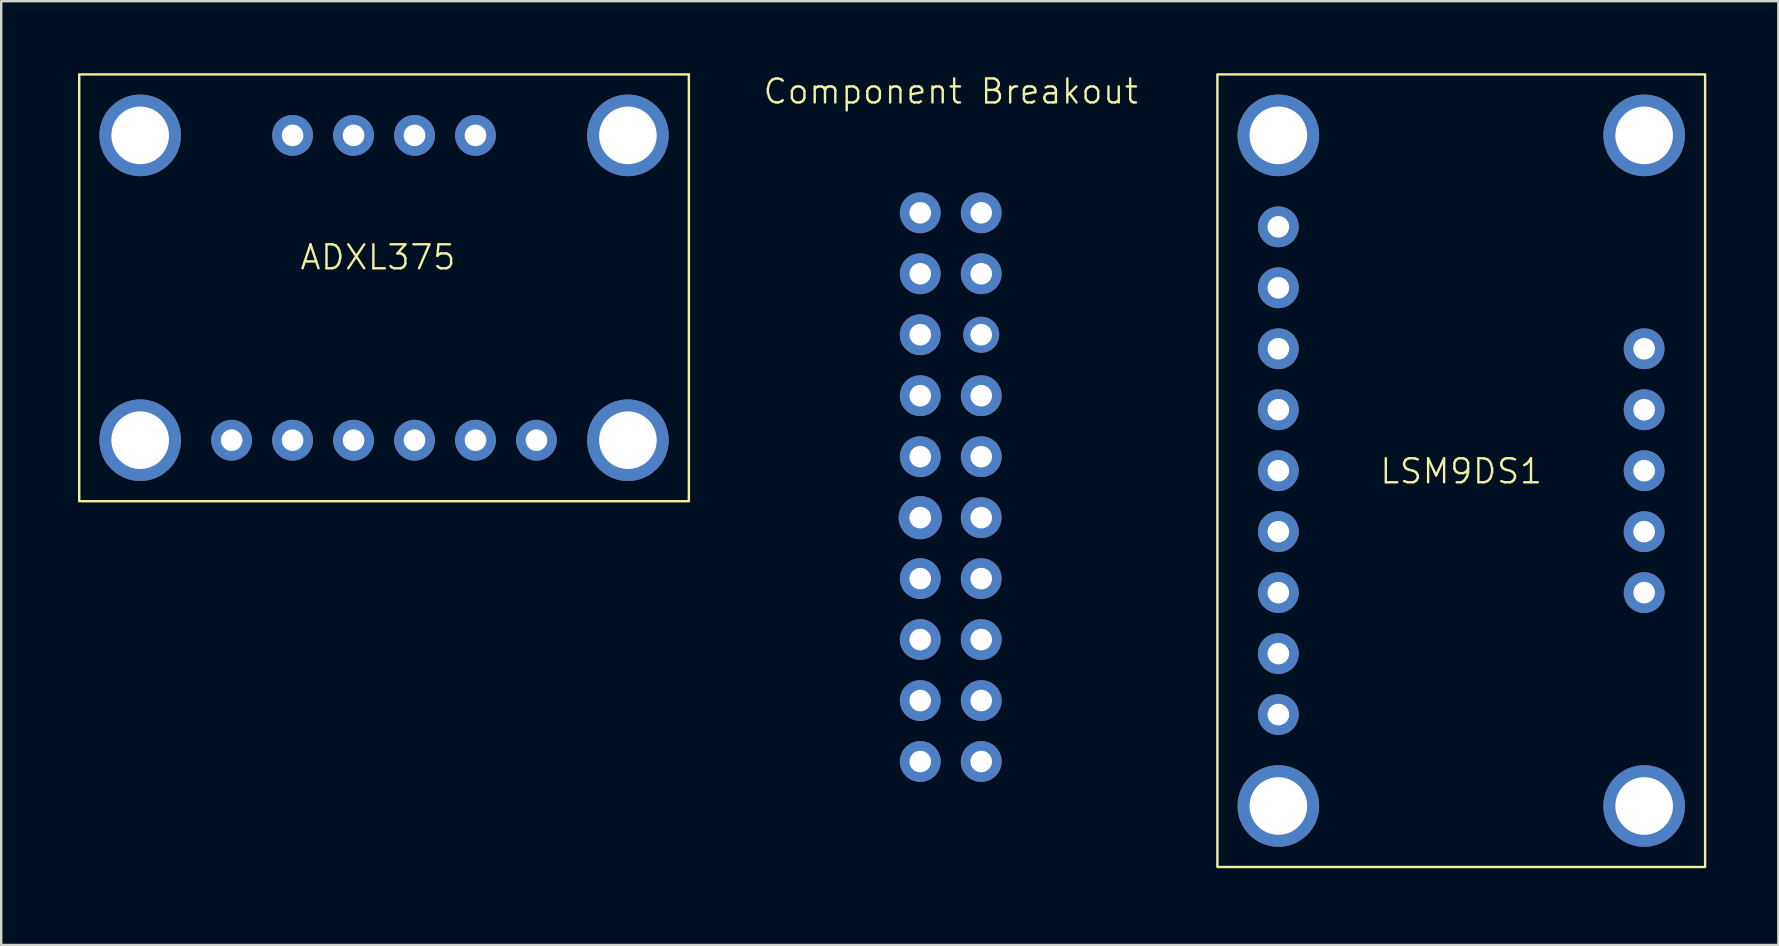
<source format=kicad_pcb>
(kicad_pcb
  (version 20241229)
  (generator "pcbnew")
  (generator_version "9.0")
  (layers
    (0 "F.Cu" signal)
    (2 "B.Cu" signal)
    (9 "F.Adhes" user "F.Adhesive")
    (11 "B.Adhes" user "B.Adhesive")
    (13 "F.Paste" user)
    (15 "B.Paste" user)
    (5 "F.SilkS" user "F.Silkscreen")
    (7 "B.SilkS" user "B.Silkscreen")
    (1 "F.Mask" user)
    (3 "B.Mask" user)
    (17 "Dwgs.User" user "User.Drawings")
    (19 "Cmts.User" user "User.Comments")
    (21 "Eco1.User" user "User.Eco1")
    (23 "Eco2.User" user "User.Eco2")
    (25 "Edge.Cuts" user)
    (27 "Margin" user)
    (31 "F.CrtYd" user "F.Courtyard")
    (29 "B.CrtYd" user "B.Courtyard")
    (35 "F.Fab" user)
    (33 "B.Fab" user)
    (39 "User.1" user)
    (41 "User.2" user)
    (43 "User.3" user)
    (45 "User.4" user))
  (footprint "LSM9DS1"
    (layer "F.Cu")
    (at 47.669 33.07)
    (property "Reference" "LSM9DS1" (at 10.16 -16.486 0) (unlocked yes) (layer "F.SilkS") (effects (font (size 1 1) (thickness 0.1))))
    (attr through_hole)
    (fp_rect (start 0 -33.02) (end 20.32 0) (stroke (width 0.1) (type default)) (fill no) (layer "F.SilkS"))
    (pad "1" thru_hole circle (at 2.54 -26.67) (size 1.7 1.7) (drill 0.9) (layers "*.Cu" "*.Mask"))
    (pad "2" thru_hole circle (at 2.54 -24.13) (size 1.7 1.7) (drill 0.9) (layers "*.Cu" "*.Mask"))
    (pad "3" thru_hole circle (at 2.54 -21.59) (size 1.7 1.7) (drill 0.9) (layers "*.Cu" "*.Mask"))
    (pad "4" thru_hole circle (at 2.54 -19.05) (size 1.7 1.7) (drill 0.9) (layers "*.Cu" "*.Mask"))
    (pad "5" thru_hole circle (at 2.54 -16.51) (size 1.7 1.7) (drill 0.9) (layers "*.Cu" "*.Mask"))
    (pad "6" thru_hole circle (at 2.54 -13.97) (size 1.7 1.7) (drill 0.9) (layers "*.Cu" "*.Mask"))
    (pad "7" thru_hole circle (at 2.54 -11.43) (size 1.7 1.7) (drill 0.9) (layers "*.Cu" "*.Mask"))
    (pad "8" thru_hole circle (at 2.54 -8.89) (size 1.7 1.7) (drill 0.9) (layers "*.Cu" "*.Mask"))
    (pad "9" thru_hole circle (at 2.54 -6.35) (size 1.7 1.7) (drill 0.9) (layers "*.Cu" "*.Mask"))
    (pad "10" thru_hole circle (at 17.78 -21.59) (size 1.7 1.7) (drill 0.9) (layers "*.Cu" "*.Mask"))
    (pad "11" thru_hole circle (at 17.78 -19.05) (size 1.7 1.7) (drill 0.9) (layers "*.Cu" "*.Mask"))
    (pad "12" thru_hole circle (at 17.78 -16.51) (size 1.7 1.7) (drill 0.9) (layers "*.Cu" "*.Mask"))
    (pad "13" thru_hole circle (at 17.78 -13.97) (size 1.7 1.7) (drill 0.9) (layers "*.Cu" "*.Mask"))
    (pad "14" thru_hole circle (at 17.78 -11.43) (size 1.7 1.7) (drill 0.9) (layers "*.Cu" "*.Mask"))
    (pad "16" thru_hole circle (at 2.54 -30.48) (size 3.4 3.4) (drill 2.4) (layers "*.Cu" "*.Mask"))
    (pad "17" thru_hole circle (at 17.78 -30.48) (size 3.4 3.4) (drill 2.4) (layers "*.Cu" "*.Mask"))
    (pad "18" thru_hole circle (at 2.54 -2.54) (size 3.4 3.4) (drill 2.4) (layers "*.Cu" "*.Mask"))
    (pad "19" thru_hole circle (at 17.78 -2.54) (size 3.4 3.4) (drill 2.4) (layers "*.Cu" "*.Mask")))
  (footprint "Component Breakout"
    (layer "F.Cu")
    (at 36.56 29.692)
    (property "Reference" "Component Breakout" (at 0 -28.932 0) (unlocked yes) (layer "F.SilkS") (effects (font (size 1 1) (thickness 0.1))))
    (attr through_hole)
    (pad "1" thru_hole circle (at -1.27 -23.876) (size 1.7 1.7) (drill 0.9) (layers "*.Cu" "*.Mask"))
    (pad "2" thru_hole circle (at -1.27 -21.336) (size 1.7 1.7) (drill 0.9) (layers "*.Cu" "*.Mask"))
    (pad "3" thru_hole circle (at -1.27 -18.796) (size 1.7 1.7) (drill 0.9) (layers "*.Cu" "*.Mask"))
    (pad "4" thru_hole circle (at -1.27 -16.256) (size 1.7 1.7) (drill 0.9) (layers "*.Cu" "*.Mask"))
    (pad "5" thru_hole circle (at -1.27 -13.716) (size 1.7 1.7) (drill 0.9) (layers "*.Cu" "*.Mask"))
    (pad "6" thru_hole circle (at -1.27 -11.176) (size 1.8 1.8) (drill 0.9) (layers "*.Cu" "*.Mask"))
    (pad "7" thru_hole circle (at -1.27 -8.636) (size 1.7 1.7) (drill 0.9) (layers "*.Cu" "*.Mask"))
    (pad "8" thru_hole circle (at -1.27 -6.096) (size 1.7 1.7) (drill 0.9) (layers "*.Cu" "*.Mask"))
    (pad "9" thru_hole circle (at -1.27 -3.556) (size 1.7 1.7) (drill 0.9) (layers "*.Cu" "*.Mask"))
    (pad "10" thru_hole circle (at -1.27 -1.016) (size 1.7 1.7) (drill 0.9) (layers "*.Cu" "*.Mask"))
    (pad "11" thru_hole circle (at 1.27 -23.876) (size 1.7 1.7) (drill 0.9) (layers "*.Cu" "*.Mask"))
    (pad "12" thru_hole circle (at 1.27 -21.336) (size 1.7 1.7) (drill 0.9) (layers "*.Cu" "*.Mask"))
    (pad "13" thru_hole circle (at 1.27 -18.796) (size 1.5 1.5) (drill 0.9) (layers "*.Cu" "*.Mask"))
    (pad "14" thru_hole circle (at 1.27 -16.256) (size 1.7 1.7) (drill 0.9) (layers "*.Cu" "*.Mask"))
    (pad "15" thru_hole circle (at 1.27 -13.716) (size 1.7 1.7) (drill 0.9) (layers "*.Cu" "*.Mask"))
    (pad "16" thru_hole circle (at 1.27 -11.176) (size 1.7 1.7) (drill 0.9) (layers "*.Cu" "*.Mask"))
    (pad "17" thru_hole circle (at 1.27 -8.636) (size 1.7 1.7) (drill 0.9) (layers "*.Cu" "*.Mask"))
    (pad "18" thru_hole circle (at 1.27 -6.096) (size 1.7 1.7) (drill 0.9) (layers "*.Cu" "*.Mask"))
    (pad "19" thru_hole circle (at 1.27 -3.556) (size 1.7 1.7) (drill 0.9) (layers "*.Cu" "*.Mask"))
    (pad "20" thru_hole circle (at 1.27 -1.016) (size 1.7 1.7) (drill 0.9) (layers "*.Cu" "*.Mask")))
  (footprint "ADXL375"
    (layer "F.Cu")
    (at 0.25 17.83)
    (property "Reference" "ADXL375" (at 12.446 -10.16 0) (unlocked yes) (layer "F.SilkS") (effects (font (size 1 1) (thickness 0.1))))
    (attr through_hole)
    (fp_rect (start 0 -17.78) (end 25.4 0) (stroke (width 0.1) (type default)) (fill no) (layer "F.SilkS"))
    (pad "1" thru_hole circle (at 6.35 -2.54) (size 1.7 1.7) (drill 0.9) (layers "*.Cu" "*.Mask"))
    (pad "2" thru_hole circle (at 8.89 -2.54) (size 1.7 1.7) (drill 0.9) (layers "*.Cu" "*.Mask"))
    (pad "3" thru_hole circle (at 11.43 -2.54) (size 1.7 1.7) (drill 0.9) (layers "*.Cu" "*.Mask"))
    (pad "4" thru_hole circle (at 13.97 -2.54) (size 1.7 1.7) (drill 0.9) (layers "*.Cu" "*.Mask"))
    (pad "5" thru_hole circle (at 16.51 -2.54) (size 1.7 1.7) (drill 0.9) (layers "*.Cu" "*.Mask"))
    (pad "6" thru_hole circle (at 19.05 -2.54) (size 1.7 1.7) (drill 0.9) (layers "*.Cu" "*.Mask"))
    (pad "7" thru_hole circle (at 8.89 -15.24) (size 1.7 1.7) (drill 0.9) (layers "*.Cu" "*.Mask"))
    (pad "8" thru_hole circle (at 11.43 -15.24) (size 1.7 1.7) (drill 0.9) (layers "*.Cu" "*.Mask"))
    (pad "9" thru_hole circle (at 13.97 -15.24) (size 1.7 1.7) (drill 0.9) (layers "*.Cu" "*.Mask"))
    (pad "10" thru_hole circle (at 16.51 -15.24) (size 1.7 1.7) (drill 0.9) (layers "*.Cu" "*.Mask"))
    (pad "11" thru_hole circle (at 2.54 -2.54) (size 3.4 3.4) (drill 2.4) (layers "*.Cu" "*.Mask"))
    (pad "12" thru_hole circle (at 2.54 -15.24) (size 3.4 3.4) (drill 2.4) (layers "*.Cu" "*.Mask"))
    (pad "13" thru_hole circle (at 22.86 -15.24) (size 3.4 3.4) (drill 2.4) (layers "*.Cu" "*.Mask"))
    (pad "14" thru_hole circle (at 22.86 -2.54) (size 3.4 3.4) (drill 2.4) (layers "*.Cu" "*.Mask")))
  (gr_rect
    (start -3 -3)
    (end 71.039 36.32)
    (stroke (width 0.1) (type default))
    (fill no)
    (layer "Edge.Cuts")))
</source>
